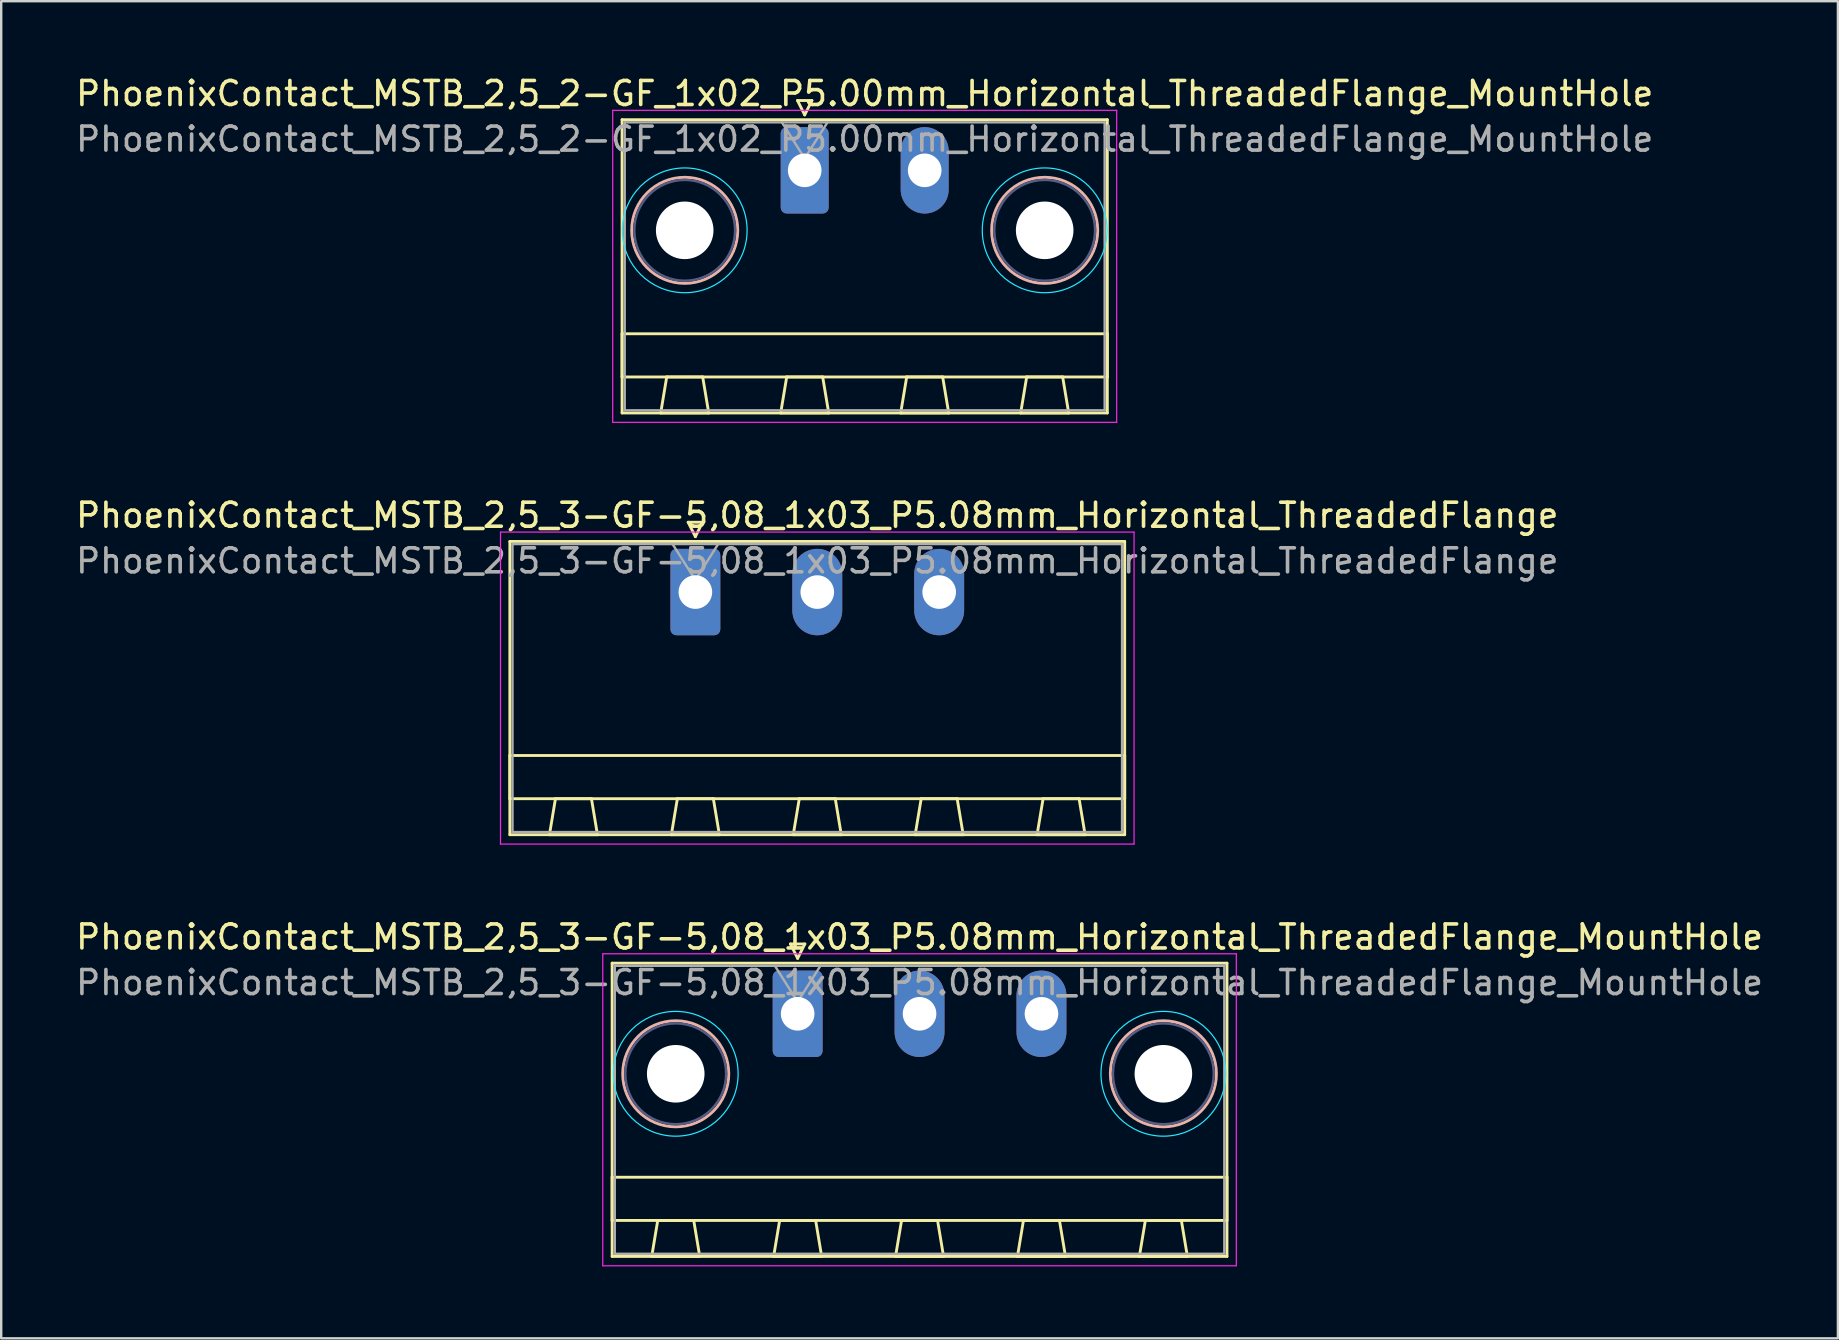
<source format=kicad_pcb>
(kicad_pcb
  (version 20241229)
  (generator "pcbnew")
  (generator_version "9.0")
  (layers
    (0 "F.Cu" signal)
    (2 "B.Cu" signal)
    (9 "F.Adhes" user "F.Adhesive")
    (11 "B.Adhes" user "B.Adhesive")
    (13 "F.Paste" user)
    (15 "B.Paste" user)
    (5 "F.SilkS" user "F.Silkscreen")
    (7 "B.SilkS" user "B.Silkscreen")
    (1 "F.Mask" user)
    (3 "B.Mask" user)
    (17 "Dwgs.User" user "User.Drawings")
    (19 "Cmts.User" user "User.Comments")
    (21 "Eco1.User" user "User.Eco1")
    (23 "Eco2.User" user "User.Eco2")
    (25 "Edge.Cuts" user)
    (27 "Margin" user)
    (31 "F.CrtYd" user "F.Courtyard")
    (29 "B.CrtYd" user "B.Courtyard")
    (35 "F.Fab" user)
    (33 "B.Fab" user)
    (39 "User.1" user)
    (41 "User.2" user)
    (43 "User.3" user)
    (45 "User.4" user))
  (footprint "PhoenixContact_MSTB_2,5_3-GF-5,08_1x03_P5.08mm_Horizontal_ThreadedFlange"
    (layer "F.Cu")
    (at 25.926 21.622)
    (property "Reference" "PhoenixContact_MSTB_2,5_3-GF-5,08_1x03_P5.08mm_Horizontal_ThreadedFlange" (at 5.08 -3.2 0) (layer "F.SilkS") (effects (font (size 1 1) (thickness 0.15))))
    (attr through_hole)
    (fp_line (start -7.73 -2.11) (end -7.73 10.11) (stroke (width 0.12) (type solid)) (layer "F.SilkS"))
    (fp_line (start -7.73 6.81) (end 17.89 6.81) (stroke (width 0.12) (type solid)) (layer "F.SilkS"))
    (fp_line (start -7.73 8.61) (end -7.73 6.81) (stroke (width 0.12) (type solid)) (layer "F.SilkS"))
    (fp_line (start -7.73 10.11) (end 17.89 10.11) (stroke (width 0.12) (type solid)) (layer "F.SilkS"))
    (fp_line (start -6.08 10.11) (end -4.08 10.11) (stroke (width 0.12) (type solid)) (layer "F.SilkS"))
    (fp_line (start -5.83 8.61) (end -6.08 10.11) (stroke (width 0.12) (type solid)) (layer "F.SilkS"))
    (fp_line (start -4.33 8.61) (end -5.83 8.61) (stroke (width 0.12) (type solid)) (layer "F.SilkS"))
    (fp_line (start -4.08 10.11) (end -4.33 8.61) (stroke (width 0.12) (type solid)) (layer "F.SilkS"))
    (fp_line (start -1 10.11) (end 1 10.11) (stroke (width 0.12) (type solid)) (layer "F.SilkS"))
    (fp_line (start -0.75 8.61) (end -1 10.11) (stroke (width 0.12) (type solid)) (layer "F.SilkS"))
    (fp_line (start -0.3 -2.91) (end 0.3 -2.91) (stroke (width 0.12) (type solid)) (layer "F.SilkS"))
    (fp_line (start 0 -2.31) (end -0.3 -2.91) (stroke (width 0.12) (type solid)) (layer "F.SilkS"))
    (fp_line (start 0.3 -2.91) (end 0 -2.31) (stroke (width 0.12) (type solid)) (layer "F.SilkS"))
    (fp_line (start 0.75 8.61) (end -0.75 8.61) (stroke (width 0.12) (type solid)) (layer "F.SilkS"))
    (fp_line (start 1 10.11) (end 0.75 8.61) (stroke (width 0.12) (type solid)) (layer "F.SilkS"))
    (fp_line (start 4.08 10.11) (end 6.08 10.11) (stroke (width 0.12) (type solid)) (layer "F.SilkS"))
    (fp_line (start 4.33 8.61) (end 4.08 10.11) (stroke (width 0.12) (type solid)) (layer "F.SilkS"))
    (fp_line (start 5.83 8.61) (end 4.33 8.61) (stroke (width 0.12) (type solid)) (layer "F.SilkS"))
    (fp_line (start 6.08 10.11) (end 5.83 8.61) (stroke (width 0.12) (type solid)) (layer "F.SilkS"))
    (fp_line (start 9.16 10.11) (end 11.16 10.11) (stroke (width 0.12) (type solid)) (layer "F.SilkS"))
    (fp_line (start 9.41 8.61) (end 9.16 10.11) (stroke (width 0.12) (type solid)) (layer "F.SilkS"))
    (fp_line (start 10.91 8.61) (end 9.41 8.61) (stroke (width 0.12) (type solid)) (layer "F.SilkS"))
    (fp_line (start 11.16 10.11) (end 10.91 8.61) (stroke (width 0.12) (type solid)) (layer "F.SilkS"))
    (fp_line (start 14.24 10.11) (end 16.24 10.11) (stroke (width 0.12) (type solid)) (layer "F.SilkS"))
    (fp_line (start 14.49 8.61) (end 14.24 10.11) (stroke (width 0.12) (type solid)) (layer "F.SilkS"))
    (fp_line (start 15.99 8.61) (end 14.49 8.61) (stroke (width 0.12) (type solid)) (layer "F.SilkS"))
    (fp_line (start 16.24 10.11) (end 15.99 8.61) (stroke (width 0.12) (type solid)) (layer "F.SilkS"))
    (fp_line (start 17.89 -2.11) (end -7.73 -2.11) (stroke (width 0.12) (type solid)) (layer "F.SilkS"))
    (fp_line (start 17.89 6.81) (end 17.89 8.61) (stroke (width 0.12) (type solid)) (layer "F.SilkS"))
    (fp_line (start 17.89 8.61) (end -7.73 8.61) (stroke (width 0.12) (type solid)) (layer "F.SilkS"))
    (fp_line (start 17.89 10.11) (end 17.89 -2.11) (stroke (width 0.12) (type solid)) (layer "F.SilkS"))
    (fp_line (start -8.12 -2.5) (end -8.12 10.5) (stroke (width 0.05) (type solid)) (layer "F.CrtYd"))
    (fp_line (start -8.12 10.5) (end 18.28 10.5) (stroke (width 0.05) (type solid)) (layer "F.CrtYd"))
    (fp_line (start 18.28 -2.5) (end -8.12 -2.5) (stroke (width 0.05) (type solid)) (layer "F.CrtYd"))
    (fp_line (start 18.28 10.5) (end 18.28 -2.5) (stroke (width 0.05) (type solid)) (layer "F.CrtYd"))
    (fp_line (start -7.62 -2) (end -7.62 10) (stroke (width 0.1) (type solid)) (layer "F.Fab"))
    (fp_line (start -7.62 10) (end 17.78 10) (stroke (width 0.1) (type solid)) (layer "F.Fab"))
    (fp_line (start 0 -0.5) (end -0.95 -2) (stroke (width 0.1) (type solid)) (layer "F.Fab"))
    (fp_line (start 0.95 -2) (end 0 -0.5) (stroke (width 0.1) (type solid)) (layer "F.Fab"))
    (fp_line (start 17.78 -2) (end -7.62 -2) (stroke (width 0.1) (type solid)) (layer "F.Fab"))
    (fp_line (start 17.78 10) (end 17.78 -2) (stroke (width 0.1) (type solid)) (layer "F.Fab"))
    (fp_text user "${REFERENCE}" (at 5.08 -1.3 0) (layer "F.Fab") (effects (font (size 1 1) (thickness 0.15))))
    (pad "1" thru_hole roundrect (at 0 0) (size 2.08 3.6) (drill 1.4) (layers "*.Cu" "*.Mask") (roundrect_rratio 0.12))
    (pad "2" thru_hole oval (at 5.08 0) (size 2.08 3.6) (drill 1.4) (layers "*.Cu" "*.Mask"))
    (pad "3" thru_hole oval (at 10.16 0) (size 2.08 3.6) (drill 1.4) (layers "*.Cu" "*.Mask")))
  (footprint "PhoenixContact_MSTB_2,5_3-GF-5,08_1x03_P5.08mm_Horizontal_ThreadedFlange_MountHole"
    (layer "F.Cu")
    (at 30.188 39.195)
    (property "Reference" "PhoenixContact_MSTB_2,5_3-GF-5,08_1x03_P5.08mm_Horizontal_ThreadedFlange_MountHole" (at 5.08 -3.2 0) (layer "F.SilkS") (effects (font (size 1 1) (thickness 0.15))))
    (attr through_hole)
    (fp_line (start -7.73 -2.11) (end -7.73 10.11) (stroke (width 0.12) (type solid)) (layer "F.SilkS"))
    (fp_line (start -7.73 6.81) (end 17.89 6.81) (stroke (width 0.12) (type solid)) (layer "F.SilkS"))
    (fp_line (start -7.73 8.61) (end -7.73 6.81) (stroke (width 0.12) (type solid)) (layer "F.SilkS"))
    (fp_line (start -7.73 10.11) (end 17.89 10.11) (stroke (width 0.12) (type solid)) (layer "F.SilkS"))
    (fp_line (start -6.08 10.11) (end -4.08 10.11) (stroke (width 0.12) (type solid)) (layer "F.SilkS"))
    (fp_line (start -5.83 8.61) (end -6.08 10.11) (stroke (width 0.12) (type solid)) (layer "F.SilkS"))
    (fp_line (start -4.33 8.61) (end -5.83 8.61) (stroke (width 0.12) (type solid)) (layer "F.SilkS"))
    (fp_line (start -4.08 10.11) (end -4.33 8.61) (stroke (width 0.12) (type solid)) (layer "F.SilkS"))
    (fp_line (start -1 10.11) (end 1 10.11) (stroke (width 0.12) (type solid)) (layer "F.SilkS"))
    (fp_line (start -0.75 8.61) (end -1 10.11) (stroke (width 0.12) (type solid)) (layer "F.SilkS"))
    (fp_line (start -0.3 -2.91) (end 0.3 -2.91) (stroke (width 0.12) (type solid)) (layer "F.SilkS"))
    (fp_line (start 0 -2.31) (end -0.3 -2.91) (stroke (width 0.12) (type solid)) (layer "F.SilkS"))
    (fp_line (start 0.3 -2.91) (end 0 -2.31) (stroke (width 0.12) (type solid)) (layer "F.SilkS"))
    (fp_line (start 0.75 8.61) (end -0.75 8.61) (stroke (width 0.12) (type solid)) (layer "F.SilkS"))
    (fp_line (start 1 10.11) (end 0.75 8.61) (stroke (width 0.12) (type solid)) (layer "F.SilkS"))
    (fp_line (start 4.08 10.11) (end 6.08 10.11) (stroke (width 0.12) (type solid)) (layer "F.SilkS"))
    (fp_line (start 4.33 8.61) (end 4.08 10.11) (stroke (width 0.12) (type solid)) (layer "F.SilkS"))
    (fp_line (start 5.83 8.61) (end 4.33 8.61) (stroke (width 0.12) (type solid)) (layer "F.SilkS"))
    (fp_line (start 6.08 10.11) (end 5.83 8.61) (stroke (width 0.12) (type solid)) (layer "F.SilkS"))
    (fp_line (start 9.16 10.11) (end 11.16 10.11) (stroke (width 0.12) (type solid)) (layer "F.SilkS"))
    (fp_line (start 9.41 8.61) (end 9.16 10.11) (stroke (width 0.12) (type solid)) (layer "F.SilkS"))
    (fp_line (start 10.91 8.61) (end 9.41 8.61) (stroke (width 0.12) (type solid)) (layer "F.SilkS"))
    (fp_line (start 11.16 10.11) (end 10.91 8.61) (stroke (width 0.12) (type solid)) (layer "F.SilkS"))
    (fp_line (start 14.24 10.11) (end 16.24 10.11) (stroke (width 0.12) (type solid)) (layer "F.SilkS"))
    (fp_line (start 14.49 8.61) (end 14.24 10.11) (stroke (width 0.12) (type solid)) (layer "F.SilkS"))
    (fp_line (start 15.99 8.61) (end 14.49 8.61) (stroke (width 0.12) (type solid)) (layer "F.SilkS"))
    (fp_line (start 16.24 10.11) (end 15.99 8.61) (stroke (width 0.12) (type solid)) (layer "F.SilkS"))
    (fp_line (start 17.89 -2.11) (end -7.73 -2.11) (stroke (width 0.12) (type solid)) (layer "F.SilkS"))
    (fp_line (start 17.89 6.81) (end 17.89 8.61) (stroke (width 0.12) (type solid)) (layer "F.SilkS"))
    (fp_line (start 17.89 8.61) (end -7.73 8.61) (stroke (width 0.12) (type solid)) (layer "F.SilkS"))
    (fp_line (start 17.89 10.11) (end 17.89 -2.11) (stroke (width 0.12) (type solid)) (layer "F.SilkS"))
    (fp_circle (center -5.08 2.5) (end -2.87 2.5) (stroke (width 0.12) (type solid)) (fill no) (layer "B.SilkS"))
    (fp_circle (center 15.24 2.5) (end 17.45 2.5) (stroke (width 0.12) (type solid)) (fill no) (layer "B.SilkS"))
    (fp_circle (center -5.08 2.5) (end -2.48 2.5) (stroke (width 0.05) (type solid)) (fill no) (layer "B.CrtYd"))
    (fp_circle (center 15.24 2.5) (end 17.84 2.5) (stroke (width 0.05) (type solid)) (fill no) (layer "B.CrtYd"))
    (fp_line (start -8.12 -2.5) (end -8.12 10.5) (stroke (width 0.05) (type solid)) (layer "F.CrtYd"))
    (fp_line (start -8.12 10.5) (end 18.28 10.5) (stroke (width 0.05) (type solid)) (layer "F.CrtYd"))
    (fp_line (start 18.28 -2.5) (end -8.12 -2.5) (stroke (width 0.05) (type solid)) (layer "F.CrtYd"))
    (fp_line (start 18.28 10.5) (end 18.28 -2.5) (stroke (width 0.05) (type solid)) (layer "F.CrtYd"))
    (fp_circle (center -5.08 2.5) (end -2.98 2.5) (stroke (width 0.1) (type solid)) (fill no) (layer "B.Fab"))
    (fp_circle (center 15.24 2.5) (end 17.34 2.5) (stroke (width 0.1) (type solid)) (fill no) (layer "B.Fab"))
    (fp_line (start -7.62 -2) (end -7.62 10) (stroke (width 0.1) (type solid)) (layer "F.Fab"))
    (fp_line (start -7.62 10) (end 17.78 10) (stroke (width 0.1) (type solid)) (layer "F.Fab"))
    (fp_line (start 0 -0.5) (end -0.95 -2) (stroke (width 0.1) (type solid)) (layer "F.Fab"))
    (fp_line (start 0.95 -2) (end 0 -0.5) (stroke (width 0.1) (type solid)) (layer "F.Fab"))
    (fp_line (start 17.78 -2) (end -7.62 -2) (stroke (width 0.1) (type solid)) (layer "F.Fab"))
    (fp_line (start 17.78 10) (end 17.78 -2) (stroke (width 0.1) (type solid)) (layer "F.Fab"))
    (fp_text user "${REFERENCE}" (at 5.08 -1.3 0) (layer "F.Fab") (effects (font (size 1 1) (thickness 0.15))))
    (pad "" np_thru_hole circle (at -5.08 2.5) (size 2.4 2.4) (drill 2.4) (layers "*.Cu" "*.Mask"))
    (pad "" np_thru_hole circle (at 15.24 2.5) (size 2.4 2.4) (drill 2.4) (layers "*.Cu" "*.Mask"))
    (pad "1" thru_hole roundrect (at 0 0) (size 2.08 3.6) (drill 1.4) (layers "*.Cu" "*.Mask") (roundrect_rratio 0.12))
    (pad "2" thru_hole oval (at 5.08 0) (size 2.08 3.6) (drill 1.4) (layers "*.Cu" "*.Mask"))
    (pad "3" thru_hole oval (at 10.16 0) (size 2.08 3.6) (drill 1.4) (layers "*.Cu" "*.Mask")))
  (footprint "PhoenixContact_MSTB_2,5_2-GF_1x02_P5.00mm_Horizontal_ThreadedFlange_MountHole"
    (layer "F.Cu")
    (at 30.482 4.048)
    (property "Reference" "PhoenixContact_MSTB_2,5_2-GF_1x02_P5.00mm_Horizontal_ThreadedFlange_MountHole" (at 2.5 -3.2 0) (layer "F.SilkS") (effects (font (size 1 1) (thickness 0.15))))
    (attr through_hole)
    (fp_line (start -7.61 -2.11) (end -7.61 10.11) (stroke (width 0.12) (type solid)) (layer "F.SilkS"))
    (fp_line (start -7.61 6.81) (end 12.61 6.81) (stroke (width 0.12) (type solid)) (layer "F.SilkS"))
    (fp_line (start -7.61 8.61) (end -7.61 6.81) (stroke (width 0.12) (type solid)) (layer "F.SilkS"))
    (fp_line (start -7.61 10.11) (end 12.61 10.11) (stroke (width 0.12) (type solid)) (layer "F.SilkS"))
    (fp_line (start -6 10.11) (end -4 10.11) (stroke (width 0.12) (type solid)) (layer "F.SilkS"))
    (fp_line (start -5.75 8.61) (end -6 10.11) (stroke (width 0.12) (type solid)) (layer "F.SilkS"))
    (fp_line (start -4.25 8.61) (end -5.75 8.61) (stroke (width 0.12) (type solid)) (layer "F.SilkS"))
    (fp_line (start -4 10.11) (end -4.25 8.61) (stroke (width 0.12) (type solid)) (layer "F.SilkS"))
    (fp_line (start -1 10.11) (end 1 10.11) (stroke (width 0.12) (type solid)) (layer "F.SilkS"))
    (fp_line (start -0.75 8.61) (end -1 10.11) (stroke (width 0.12) (type solid)) (layer "F.SilkS"))
    (fp_line (start -0.3 -2.91) (end 0.3 -2.91) (stroke (width 0.12) (type solid)) (layer "F.SilkS"))
    (fp_line (start 0 -2.31) (end -0.3 -2.91) (stroke (width 0.12) (type solid)) (layer "F.SilkS"))
    (fp_line (start 0.3 -2.91) (end 0 -2.31) (stroke (width 0.12) (type solid)) (layer "F.SilkS"))
    (fp_line (start 0.75 8.61) (end -0.75 8.61) (stroke (width 0.12) (type solid)) (layer "F.SilkS"))
    (fp_line (start 1 10.11) (end 0.75 8.61) (stroke (width 0.12) (type solid)) (layer "F.SilkS"))
    (fp_line (start 4 10.11) (end 6 10.11) (stroke (width 0.12) (type solid)) (layer "F.SilkS"))
    (fp_line (start 4.25 8.61) (end 4 10.11) (stroke (width 0.12) (type solid)) (layer "F.SilkS"))
    (fp_line (start 5.75 8.61) (end 4.25 8.61) (stroke (width 0.12) (type solid)) (layer "F.SilkS"))
    (fp_line (start 6 10.11) (end 5.75 8.61) (stroke (width 0.12) (type solid)) (layer "F.SilkS"))
    (fp_line (start 9 10.11) (end 11 10.11) (stroke (width 0.12) (type solid)) (layer "F.SilkS"))
    (fp_line (start 9.25 8.61) (end 9 10.11) (stroke (width 0.12) (type solid)) (layer "F.SilkS"))
    (fp_line (start 10.75 8.61) (end 9.25 8.61) (stroke (width 0.12) (type solid)) (layer "F.SilkS"))
    (fp_line (start 11 10.11) (end 10.75 8.61) (stroke (width 0.12) (type solid)) (layer "F.SilkS"))
    (fp_line (start 12.61 -2.11) (end -7.61 -2.11) (stroke (width 0.12) (type solid)) (layer "F.SilkS"))
    (fp_line (start 12.61 6.81) (end 12.61 8.61) (stroke (width 0.12) (type solid)) (layer "F.SilkS"))
    (fp_line (start 12.61 8.61) (end -7.61 8.61) (stroke (width 0.12) (type solid)) (layer "F.SilkS"))
    (fp_line (start 12.61 10.11) (end 12.61 -2.11) (stroke (width 0.12) (type solid)) (layer "F.SilkS"))
    (fp_circle (center -5 2.5) (end -2.79 2.5) (stroke (width 0.12) (type solid)) (fill no) (layer "B.SilkS"))
    (fp_circle (center 10 2.5) (end 12.21 2.5) (stroke (width 0.12) (type solid)) (fill no) (layer "B.SilkS"))
    (fp_circle (center -5 2.5) (end -2.4 2.5) (stroke (width 0.05) (type solid)) (fill no) (layer "B.CrtYd"))
    (fp_circle (center 10 2.5) (end 12.6 2.5) (stroke (width 0.05) (type solid)) (fill no) (layer "B.CrtYd"))
    (fp_line (start -8 -2.5) (end -8 10.5) (stroke (width 0.05) (type solid)) (layer "F.CrtYd"))
    (fp_line (start -8 10.5) (end 13 10.5) (stroke (width 0.05) (type solid)) (layer "F.CrtYd"))
    (fp_line (start 13 -2.5) (end -8 -2.5) (stroke (width 0.05) (type solid)) (layer "F.CrtYd"))
    (fp_line (start 13 10.5) (end 13 -2.5) (stroke (width 0.05) (type solid)) (layer "F.CrtYd"))
    (fp_circle (center -5 2.5) (end -2.9 2.5) (stroke (width 0.1) (type solid)) (fill no) (layer "B.Fab"))
    (fp_circle (center 10 2.5) (end 12.1 2.5) (stroke (width 0.1) (type solid)) (fill no) (layer "B.Fab"))
    (fp_line (start -7.5 -2) (end -7.5 10) (stroke (width 0.1) (type solid)) (layer "F.Fab"))
    (fp_line (start -7.5 10) (end 12.5 10) (stroke (width 0.1) (type solid)) (layer "F.Fab"))
    (fp_line (start 0 -0.5) (end -0.95 -2) (stroke (width 0.1) (type solid)) (layer "F.Fab"))
    (fp_line (start 0.95 -2) (end 0 -0.5) (stroke (width 0.1) (type solid)) (layer "F.Fab"))
    (fp_line (start 12.5 -2) (end -7.5 -2) (stroke (width 0.1) (type solid)) (layer "F.Fab"))
    (fp_line (start 12.5 10) (end 12.5 -2) (stroke (width 0.1) (type solid)) (layer "F.Fab"))
    (fp_text user "${REFERENCE}" (at 2.5 -1.3 0) (layer "F.Fab") (effects (font (size 1 1) (thickness 0.15))))
    (pad "" np_thru_hole circle (at -5 2.5) (size 2.4 2.4) (drill 2.4) (layers "*.Cu" "*.Mask"))
    (pad "" np_thru_hole circle (at 10 2.5) (size 2.4 2.4) (drill 2.4) (layers "*.Cu" "*.Mask"))
    (pad "1" thru_hole roundrect (at 0 0) (size 2 3.6) (drill 1.4) (layers "*.Cu" "*.Mask") (roundrect_rratio 0.125))
    (pad "2" thru_hole oval (at 5 0) (size 2 3.6) (drill 1.4) (layers "*.Cu" "*.Mask")))
  (gr_rect
    (start -3 -3)
    (end 73.536 52.72)
    (stroke (width 0.1) (type default))
    (fill no)
    (layer "Edge.Cuts")))
</source>
